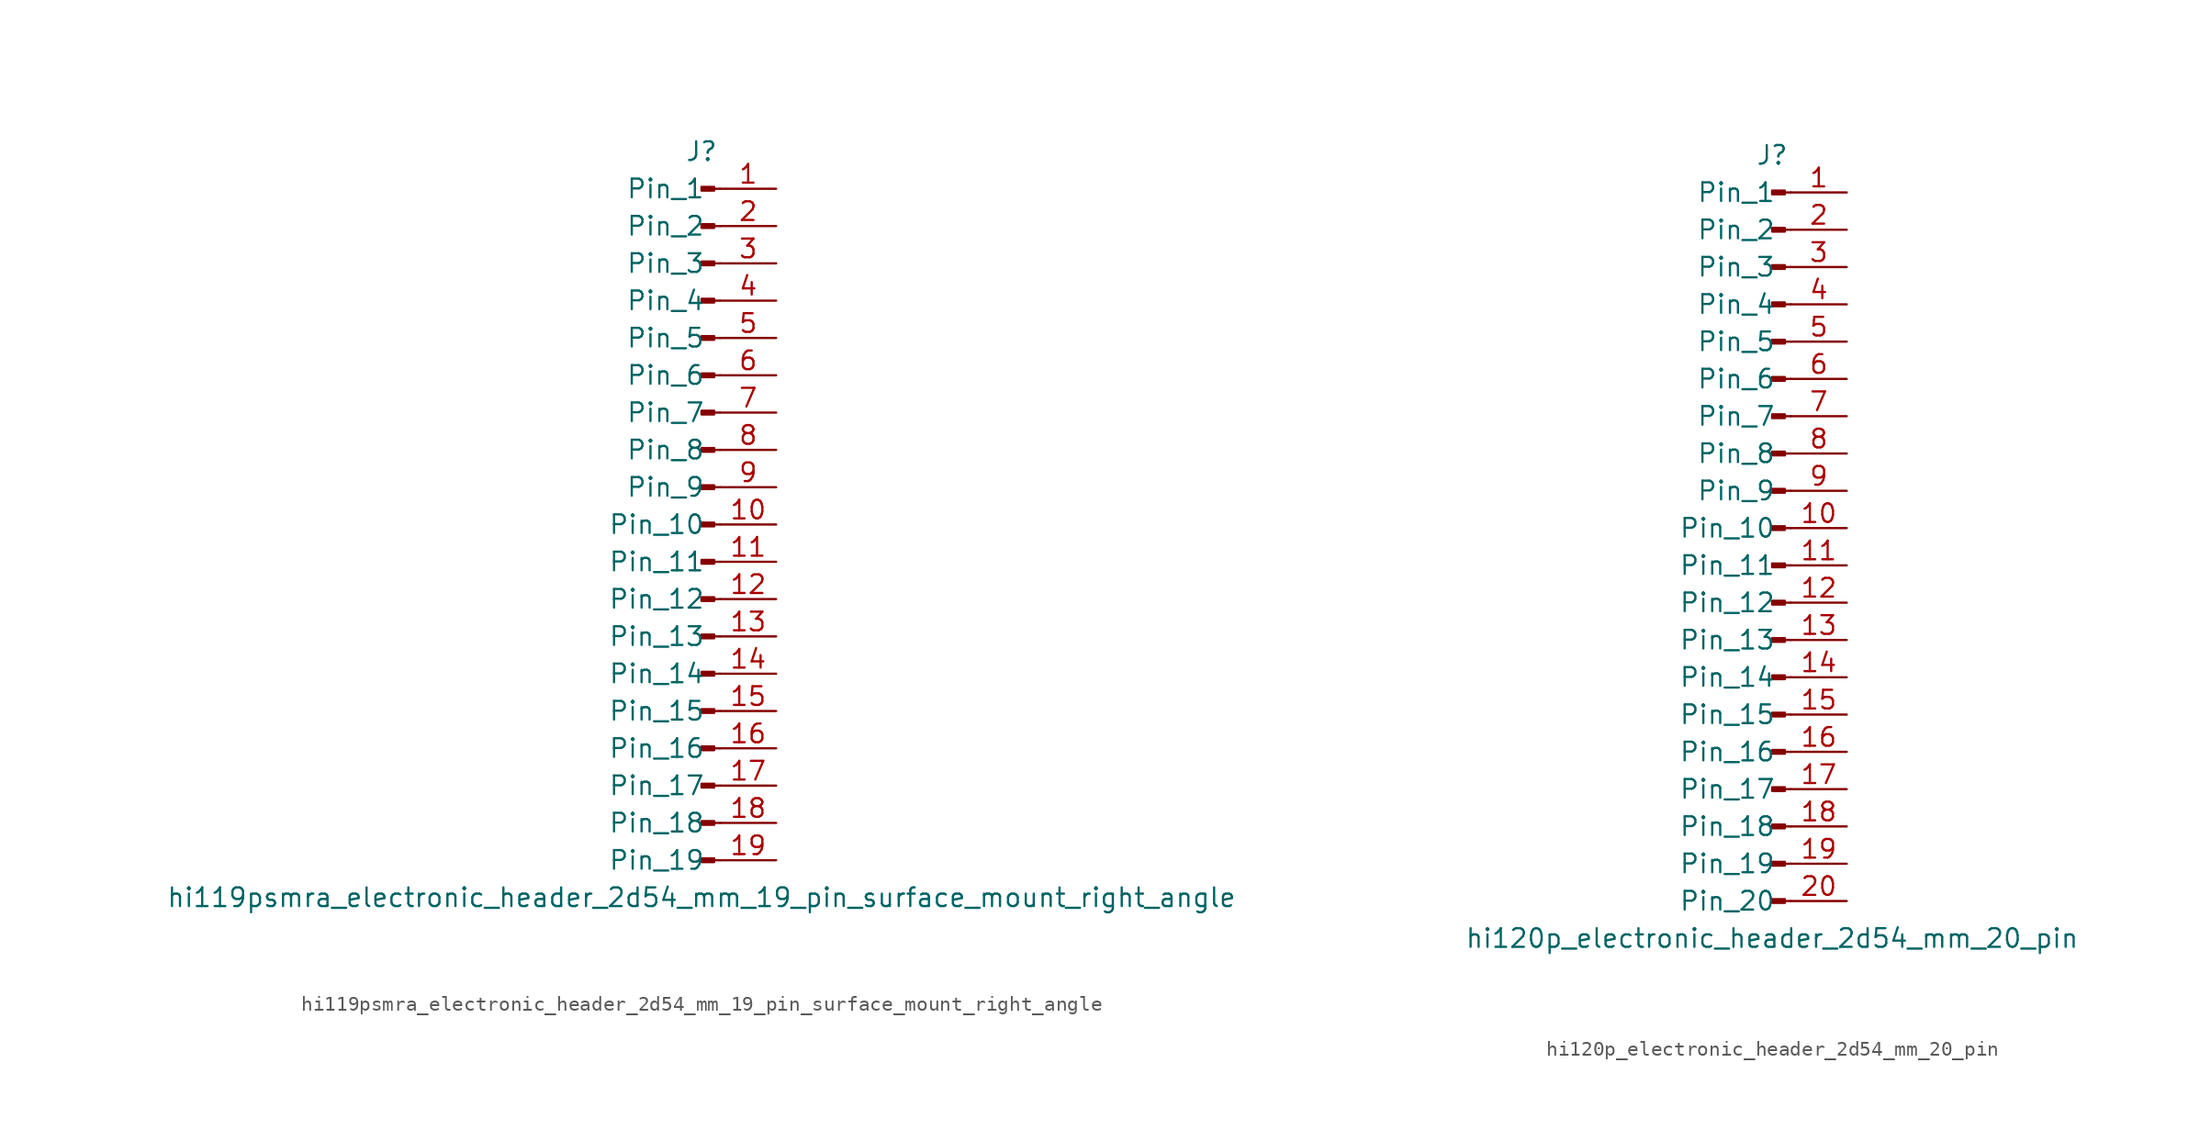
<source format=kicad_sym>
(kicad_symbol_lib
  (version 20220914)
  (generator kicad_symbol_editor)
  (symbol "hi119psmra_electronic_header_2d54_mm_19_pin_surface_mount_right_angle"
    (pin_names
      (offset 1.016))
    (property "Reference" "J"
      (at 0 25.4 0)
      (effects (font (size 1.27 1.27))))
    (property "Value" "hi119psmra_electronic_header_2d54_mm_19_pin_surface_mount_right_angle"
      (at 0 -25.4 0)
      (effects (font (size 1.27 1.27))))
    (property "ki_locked" ""
      (at 0 0 0)
      (effects (font (size 1.27 1.27))))
    (symbol "hi119psmra_electronic_header_2d54_mm_19_pin_surface_mount_right_angle_1_1"
      (polyline (pts (xy 1.27 -22.86) (xy 0.864 -22.86)) (stroke (width 0.152) (type default)) (fill (type none)))
      (polyline (pts (xy 1.27 -20.32) (xy 0.864 -20.32)) (stroke (width 0.152) (type default)) (fill (type none)))
      (polyline (pts (xy 1.27 -17.78) (xy 0.864 -17.78)) (stroke (width 0.152) (type default)) (fill (type none)))
      (polyline (pts (xy 1.27 -15.24) (xy 0.864 -15.24)) (stroke (width 0.152) (type default)) (fill (type none)))
      (polyline (pts (xy 1.27 -12.7) (xy 0.864 -12.7)) (stroke (width 0.152) (type default)) (fill (type none)))
      (polyline (pts (xy 1.27 -10.16) (xy 0.864 -10.16)) (stroke (width 0.152) (type default)) (fill (type none)))
      (polyline (pts (xy 1.27 -7.62) (xy 0.864 -7.62)) (stroke (width 0.152) (type default)) (fill (type none)))
      (polyline (pts (xy 1.27 -5.08) (xy 0.864 -5.08)) (stroke (width 0.152) (type default)) (fill (type none)))
      (polyline (pts (xy 1.27 -2.54) (xy 0.864 -2.54)) (stroke (width 0.152) (type default)) (fill (type none)))
      (polyline (pts (xy 1.27 0) (xy 0.864 0)) (stroke (width 0.152) (type default)) (fill (type none)))
      (polyline (pts (xy 1.27 2.54) (xy 0.864 2.54)) (stroke (width 0.152) (type default)) (fill (type none)))
      (polyline (pts (xy 1.27 5.08) (xy 0.864 5.08)) (stroke (width 0.152) (type default)) (fill (type none)))
      (polyline (pts (xy 1.27 7.62) (xy 0.864 7.62)) (stroke (width 0.152) (type default)) (fill (type none)))
      (polyline (pts (xy 1.27 10.16) (xy 0.864 10.16)) (stroke (width 0.152) (type default)) (fill (type none)))
      (polyline (pts (xy 1.27 12.7) (xy 0.864 12.7)) (stroke (width 0.152) (type default)) (fill (type none)))
      (polyline (pts (xy 1.27 15.24) (xy 0.864 15.24)) (stroke (width 0.152) (type default)) (fill (type none)))
      (polyline (pts (xy 1.27 17.78) (xy 0.864 17.78)) (stroke (width 0.152) (type default)) (fill (type none)))
      (polyline (pts (xy 1.27 20.32) (xy 0.864 20.32)) (stroke (width 0.152) (type default)) (fill (type none)))
      (polyline (pts (xy 1.27 22.86) (xy 0.864 22.86)) (stroke (width 0.152) (type default)) (fill (type none)))
      (rectangle (start 0.864 -22.733) (end 0 -22.987) (stroke (width 0.152) (type default)) (fill (type outline)))
      (rectangle (start 0.864 -20.193) (end 0 -20.447) (stroke (width 0.152) (type default)) (fill (type outline)))
      (rectangle (start 0.864 -17.653) (end 0 -17.907) (stroke (width 0.152) (type default)) (fill (type outline)))
      (rectangle (start 0.864 -15.113) (end 0 -15.367) (stroke (width 0.152) (type default)) (fill (type outline)))
      (rectangle (start 0.864 -12.573) (end 0 -12.827) (stroke (width 0.152) (type default)) (fill (type outline)))
      (rectangle (start 0.864 -10.033) (end 0 -10.287) (stroke (width 0.152) (type default)) (fill (type outline)))
      (rectangle (start 0.864 -7.493) (end 0 -7.747) (stroke (width 0.152) (type default)) (fill (type outline)))
      (rectangle (start 0.864 -4.953) (end 0 -5.207) (stroke (width 0.152) (type default)) (fill (type outline)))
      (rectangle (start 0.864 -2.413) (end 0 -2.667) (stroke (width 0.152) (type default)) (fill (type outline)))
      (rectangle (start 0.864 0.127) (end 0 -0.127) (stroke (width 0.152) (type default)) (fill (type outline)))
      (rectangle (start 0.864 2.667) (end 0 2.413) (stroke (width 0.152) (type default)) (fill (type outline)))
      (rectangle (start 0.864 5.207) (end 0 4.953) (stroke (width 0.152) (type default)) (fill (type outline)))
      (rectangle (start 0.864 7.747) (end 0 7.493) (stroke (width 0.152) (type default)) (fill (type outline)))
      (rectangle (start 0.864 10.287) (end 0 10.033) (stroke (width 0.152) (type default)) (fill (type outline)))
      (rectangle (start 0.864 12.827) (end 0 12.573) (stroke (width 0.152) (type default)) (fill (type outline)))
      (rectangle (start 0.864 15.367) (end 0 15.113) (stroke (width 0.152) (type default)) (fill (type outline)))
      (rectangle (start 0.864 17.907) (end 0 17.653) (stroke (width 0.152) (type default)) (fill (type outline)))
      (rectangle (start 0.864 20.447) (end 0 20.193) (stroke (width 0.152) (type default)) (fill (type outline)))
      (rectangle (start 0.864 22.987) (end 0 22.733) (stroke (width 0.152) (type default)) (fill (type outline)))
      (pin passive line (at 5.08 22.86 180) (length 3.81) (name "Pin_1" (effects (font (size 1.27 1.27)))) (number "1" (effects (font (size 1.27 1.27)))))
      (pin passive line (at 5.08 0 180) (length 3.81) (name "Pin_10" (effects (font (size 1.27 1.27)))) (number "10" (effects (font (size 1.27 1.27)))))
      (pin passive line (at 5.08 -2.54 180) (length 3.81) (name "Pin_11" (effects (font (size 1.27 1.27)))) (number "11" (effects (font (size 1.27 1.27)))))
      (pin passive line (at 5.08 -5.08 180) (length 3.81) (name "Pin_12" (effects (font (size 1.27 1.27)))) (number "12" (effects (font (size 1.27 1.27)))))
      (pin passive line (at 5.08 -7.62 180) (length 3.81) (name "Pin_13" (effects (font (size 1.27 1.27)))) (number "13" (effects (font (size 1.27 1.27)))))
      (pin passive line (at 5.08 -10.16 180) (length 3.81) (name "Pin_14" (effects (font (size 1.27 1.27)))) (number "14" (effects (font (size 1.27 1.27)))))
      (pin passive line (at 5.08 -12.7 180) (length 3.81) (name "Pin_15" (effects (font (size 1.27 1.27)))) (number "15" (effects (font (size 1.27 1.27)))))
      (pin passive line (at 5.08 -15.24 180) (length 3.81) (name "Pin_16" (effects (font (size 1.27 1.27)))) (number "16" (effects (font (size 1.27 1.27)))))
      (pin passive line (at 5.08 -17.78 180) (length 3.81) (name "Pin_17" (effects (font (size 1.27 1.27)))) (number "17" (effects (font (size 1.27 1.27)))))
      (pin passive line (at 5.08 -20.32 180) (length 3.81) (name "Pin_18" (effects (font (size 1.27 1.27)))) (number "18" (effects (font (size 1.27 1.27)))))
      (pin passive line (at 5.08 -22.86 180) (length 3.81) (name "Pin_19" (effects (font (size 1.27 1.27)))) (number "19" (effects (font (size 1.27 1.27)))))
      (pin passive line (at 5.08 20.32 180) (length 3.81) (name "Pin_2" (effects (font (size 1.27 1.27)))) (number "2" (effects (font (size 1.27 1.27)))))
      (pin passive line (at 5.08 17.78 180) (length 3.81) (name "Pin_3" (effects (font (size 1.27 1.27)))) (number "3" (effects (font (size 1.27 1.27)))))
      (pin passive line (at 5.08 15.24 180) (length 3.81) (name "Pin_4" (effects (font (size 1.27 1.27)))) (number "4" (effects (font (size 1.27 1.27)))))
      (pin passive line (at 5.08 12.7 180) (length 3.81) (name "Pin_5" (effects (font (size 1.27 1.27)))) (number "5" (effects (font (size 1.27 1.27)))))
      (pin passive line (at 5.08 10.16 180) (length 3.81) (name "Pin_6" (effects (font (size 1.27 1.27)))) (number "6" (effects (font (size 1.27 1.27)))))
      (pin passive line (at 5.08 7.62 180) (length 3.81) (name "Pin_7" (effects (font (size 1.27 1.27)))) (number "7" (effects (font (size 1.27 1.27)))))
      (pin passive line (at 5.08 5.08 180) (length 3.81) (name "Pin_8" (effects (font (size 1.27 1.27)))) (number "8" (effects (font (size 1.27 1.27)))))
      (pin passive line (at 5.08 2.54 180) (length 3.81) (name "Pin_9" (effects (font (size 1.27 1.27)))) (number "9" (effects (font (size 1.27 1.27)))))))
  (symbol "hi120p_electronic_header_2d54_mm_20_pin"
    (pin_names
      (offset 1.016))
    (property "Reference" "J"
      (at 0 25.4 0)
      (effects (font (size 1.27 1.27))))
    (property "Value" "hi120p_electronic_header_2d54_mm_20_pin"
      (at 0 -27.94 0)
      (effects (font (size 1.27 1.27))))
    (property "ki_locked" ""
      (at 0 0 0)
      (effects (font (size 1.27 1.27))))
    (symbol "hi120p_electronic_header_2d54_mm_20_pin_1_1"
      (polyline (pts (xy 1.27 -25.4) (xy 0.864 -25.4)) (stroke (width 0.152) (type default)) (fill (type none)))
      (polyline (pts (xy 1.27 -22.86) (xy 0.864 -22.86)) (stroke (width 0.152) (type default)) (fill (type none)))
      (polyline (pts (xy 1.27 -20.32) (xy 0.864 -20.32)) (stroke (width 0.152) (type default)) (fill (type none)))
      (polyline (pts (xy 1.27 -17.78) (xy 0.864 -17.78)) (stroke (width 0.152) (type default)) (fill (type none)))
      (polyline (pts (xy 1.27 -15.24) (xy 0.864 -15.24)) (stroke (width 0.152) (type default)) (fill (type none)))
      (polyline (pts (xy 1.27 -12.7) (xy 0.864 -12.7)) (stroke (width 0.152) (type default)) (fill (type none)))
      (polyline (pts (xy 1.27 -10.16) (xy 0.864 -10.16)) (stroke (width 0.152) (type default)) (fill (type none)))
      (polyline (pts (xy 1.27 -7.62) (xy 0.864 -7.62)) (stroke (width 0.152) (type default)) (fill (type none)))
      (polyline (pts (xy 1.27 -5.08) (xy 0.864 -5.08)) (stroke (width 0.152) (type default)) (fill (type none)))
      (polyline (pts (xy 1.27 -2.54) (xy 0.864 -2.54)) (stroke (width 0.152) (type default)) (fill (type none)))
      (polyline (pts (xy 1.27 0) (xy 0.864 0)) (stroke (width 0.152) (type default)) (fill (type none)))
      (polyline (pts (xy 1.27 2.54) (xy 0.864 2.54)) (stroke (width 0.152) (type default)) (fill (type none)))
      (polyline (pts (xy 1.27 5.08) (xy 0.864 5.08)) (stroke (width 0.152) (type default)) (fill (type none)))
      (polyline (pts (xy 1.27 7.62) (xy 0.864 7.62)) (stroke (width 0.152) (type default)) (fill (type none)))
      (polyline (pts (xy 1.27 10.16) (xy 0.864 10.16)) (stroke (width 0.152) (type default)) (fill (type none)))
      (polyline (pts (xy 1.27 12.7) (xy 0.864 12.7)) (stroke (width 0.152) (type default)) (fill (type none)))
      (polyline (pts (xy 1.27 15.24) (xy 0.864 15.24)) (stroke (width 0.152) (type default)) (fill (type none)))
      (polyline (pts (xy 1.27 17.78) (xy 0.864 17.78)) (stroke (width 0.152) (type default)) (fill (type none)))
      (polyline (pts (xy 1.27 20.32) (xy 0.864 20.32)) (stroke (width 0.152) (type default)) (fill (type none)))
      (polyline (pts (xy 1.27 22.86) (xy 0.864 22.86)) (stroke (width 0.152) (type default)) (fill (type none)))
      (rectangle (start 0.864 -25.273) (end 0 -25.527) (stroke (width 0.152) (type default)) (fill (type outline)))
      (rectangle (start 0.864 -22.733) (end 0 -22.987) (stroke (width 0.152) (type default)) (fill (type outline)))
      (rectangle (start 0.864 -20.193) (end 0 -20.447) (stroke (width 0.152) (type default)) (fill (type outline)))
      (rectangle (start 0.864 -17.653) (end 0 -17.907) (stroke (width 0.152) (type default)) (fill (type outline)))
      (rectangle (start 0.864 -15.113) (end 0 -15.367) (stroke (width 0.152) (type default)) (fill (type outline)))
      (rectangle (start 0.864 -12.573) (end 0 -12.827) (stroke (width 0.152) (type default)) (fill (type outline)))
      (rectangle (start 0.864 -10.033) (end 0 -10.287) (stroke (width 0.152) (type default)) (fill (type outline)))
      (rectangle (start 0.864 -7.493) (end 0 -7.747) (stroke (width 0.152) (type default)) (fill (type outline)))
      (rectangle (start 0.864 -4.953) (end 0 -5.207) (stroke (width 0.152) (type default)) (fill (type outline)))
      (rectangle (start 0.864 -2.413) (end 0 -2.667) (stroke (width 0.152) (type default)) (fill (type outline)))
      (rectangle (start 0.864 0.127) (end 0 -0.127) (stroke (width 0.152) (type default)) (fill (type outline)))
      (rectangle (start 0.864 2.667) (end 0 2.413) (stroke (width 0.152) (type default)) (fill (type outline)))
      (rectangle (start 0.864 5.207) (end 0 4.953) (stroke (width 0.152) (type default)) (fill (type outline)))
      (rectangle (start 0.864 7.747) (end 0 7.493) (stroke (width 0.152) (type default)) (fill (type outline)))
      (rectangle (start 0.864 10.287) (end 0 10.033) (stroke (width 0.152) (type default)) (fill (type outline)))
      (rectangle (start 0.864 12.827) (end 0 12.573) (stroke (width 0.152) (type default)) (fill (type outline)))
      (rectangle (start 0.864 15.367) (end 0 15.113) (stroke (width 0.152) (type default)) (fill (type outline)))
      (rectangle (start 0.864 17.907) (end 0 17.653) (stroke (width 0.152) (type default)) (fill (type outline)))
      (rectangle (start 0.864 20.447) (end 0 20.193) (stroke (width 0.152) (type default)) (fill (type outline)))
      (rectangle (start 0.864 22.987) (end 0 22.733) (stroke (width 0.152) (type default)) (fill (type outline)))
      (pin passive line (at 5.08 22.86 180) (length 3.81) (name "Pin_1" (effects (font (size 1.27 1.27)))) (number "1" (effects (font (size 1.27 1.27)))))
      (pin passive line (at 5.08 0 180) (length 3.81) (name "Pin_10" (effects (font (size 1.27 1.27)))) (number "10" (effects (font (size 1.27 1.27)))))
      (pin passive line (at 5.08 -2.54 180) (length 3.81) (name "Pin_11" (effects (font (size 1.27 1.27)))) (number "11" (effects (font (size 1.27 1.27)))))
      (pin passive line (at 5.08 -5.08 180) (length 3.81) (name "Pin_12" (effects (font (size 1.27 1.27)))) (number "12" (effects (font (size 1.27 1.27)))))
      (pin passive line (at 5.08 -7.62 180) (length 3.81) (name "Pin_13" (effects (font (size 1.27 1.27)))) (number "13" (effects (font (size 1.27 1.27)))))
      (pin passive line (at 5.08 -10.16 180) (length 3.81) (name "Pin_14" (effects (font (size 1.27 1.27)))) (number "14" (effects (font (size 1.27 1.27)))))
      (pin passive line (at 5.08 -12.7 180) (length 3.81) (name "Pin_15" (effects (font (size 1.27 1.27)))) (number "15" (effects (font (size 1.27 1.27)))))
      (pin passive line (at 5.08 -15.24 180) (length 3.81) (name "Pin_16" (effects (font (size 1.27 1.27)))) (number "16" (effects (font (size 1.27 1.27)))))
      (pin passive line (at 5.08 -17.78 180) (length 3.81) (name "Pin_17" (effects (font (size 1.27 1.27)))) (number "17" (effects (font (size 1.27 1.27)))))
      (pin passive line (at 5.08 -20.32 180) (length 3.81) (name "Pin_18" (effects (font (size 1.27 1.27)))) (number "18" (effects (font (size 1.27 1.27)))))
      (pin passive line (at 5.08 -22.86 180) (length 3.81) (name "Pin_19" (effects (font (size 1.27 1.27)))) (number "19" (effects (font (size 1.27 1.27)))))
      (pin passive line (at 5.08 20.32 180) (length 3.81) (name "Pin_2" (effects (font (size 1.27 1.27)))) (number "2" (effects (font (size 1.27 1.27)))))
      (pin passive line (at 5.08 -25.4 180) (length 3.81) (name "Pin_20" (effects (font (size 1.27 1.27)))) (number "20" (effects (font (size 1.27 1.27)))))
      (pin passive line (at 5.08 17.78 180) (length 3.81) (name "Pin_3" (effects (font (size 1.27 1.27)))) (number "3" (effects (font (size 1.27 1.27)))))
      (pin passive line (at 5.08 15.24 180) (length 3.81) (name "Pin_4" (effects (font (size 1.27 1.27)))) (number "4" (effects (font (size 1.27 1.27)))))
      (pin passive line (at 5.08 12.7 180) (length 3.81) (name "Pin_5" (effects (font (size 1.27 1.27)))) (number "5" (effects (font (size 1.27 1.27)))))
      (pin passive line (at 5.08 10.16 180) (length 3.81) (name "Pin_6" (effects (font (size 1.27 1.27)))) (number "6" (effects (font (size 1.27 1.27)))))
      (pin passive line (at 5.08 7.62 180) (length 3.81) (name "Pin_7" (effects (font (size 1.27 1.27)))) (number "7" (effects (font (size 1.27 1.27)))))
      (pin passive line (at 5.08 5.08 180) (length 3.81) (name "Pin_8" (effects (font (size 1.27 1.27)))) (number "8" (effects (font (size 1.27 1.27)))))
      (pin passive line (at 5.08 2.54 180) (length 3.81) (name "Pin_9" (effects (font (size 1.27 1.27)))) (number "9" (effects (font (size 1.27 1.27))))))))
</source>
